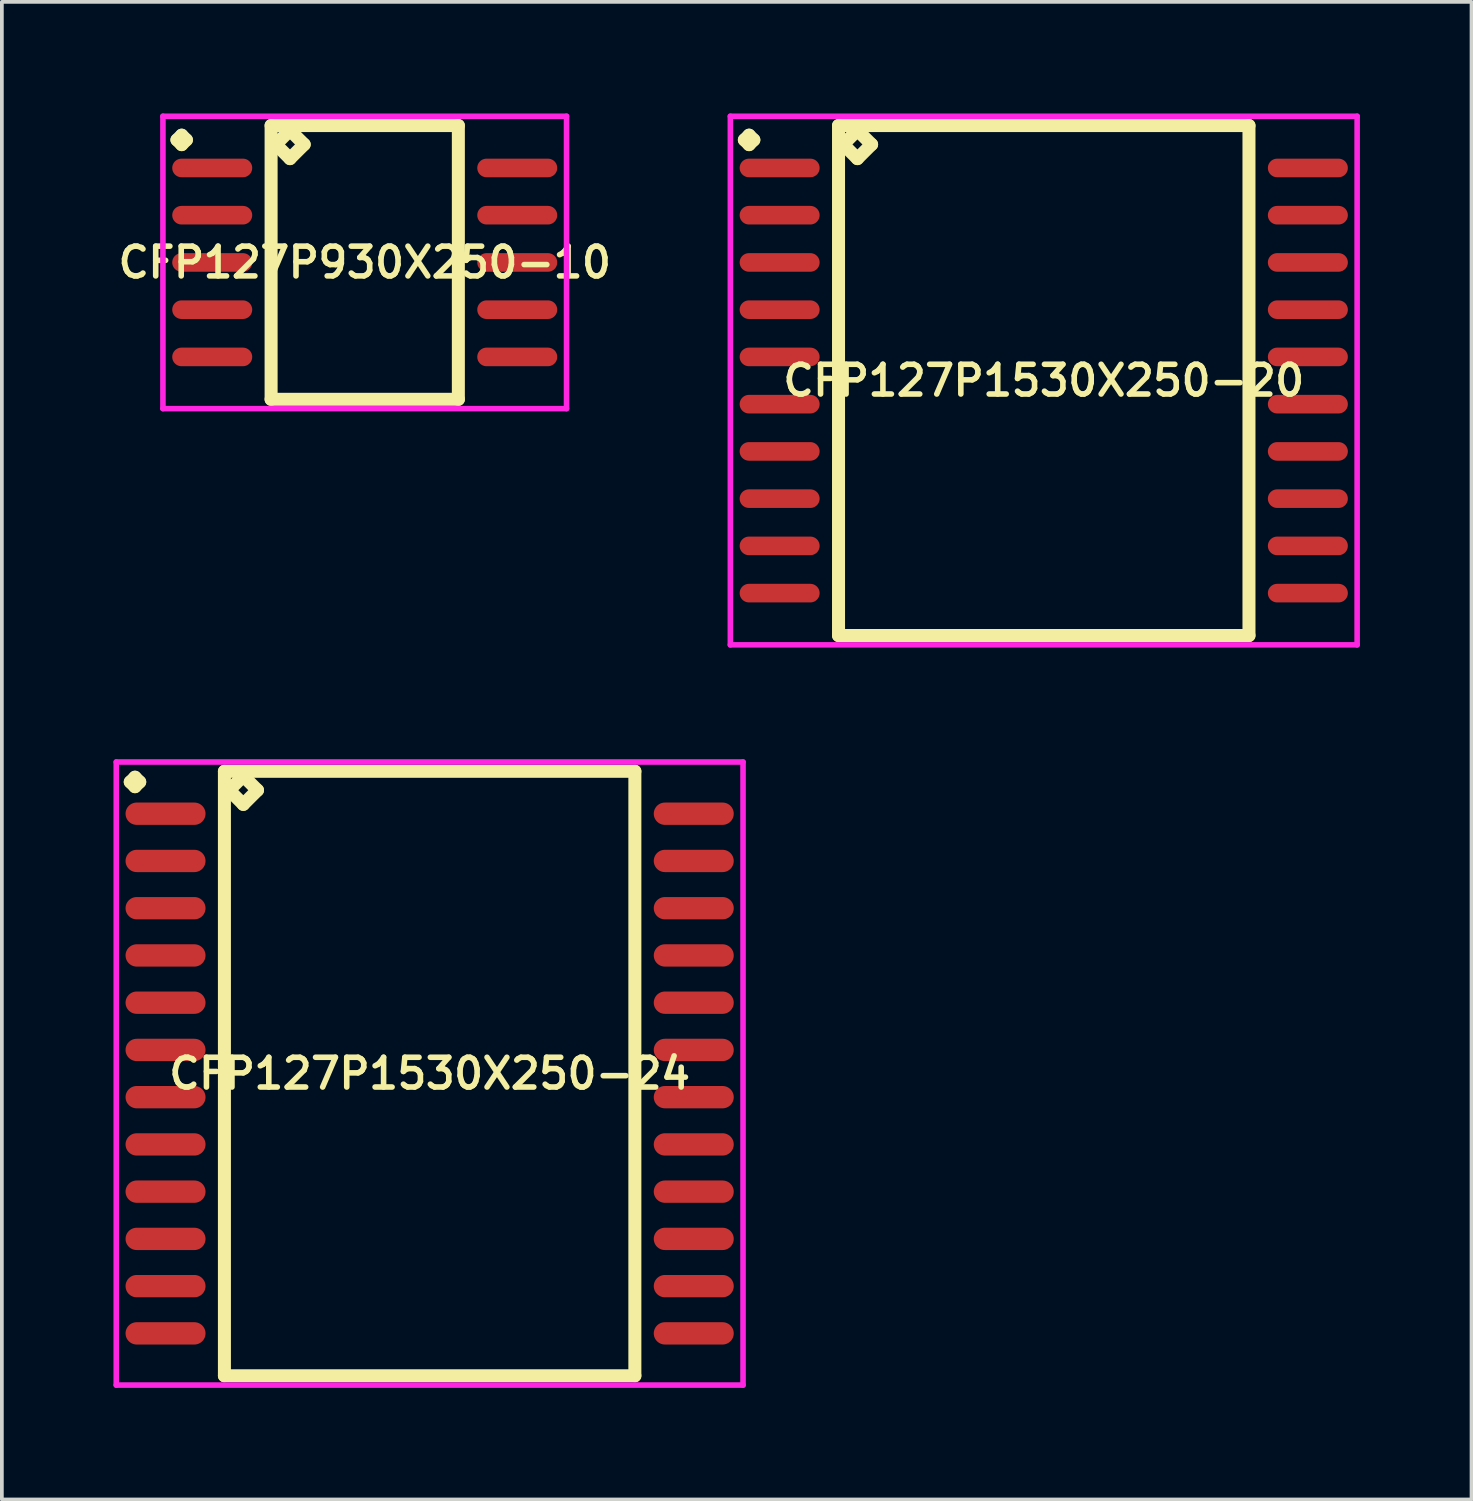
<source format=kicad_pcb>
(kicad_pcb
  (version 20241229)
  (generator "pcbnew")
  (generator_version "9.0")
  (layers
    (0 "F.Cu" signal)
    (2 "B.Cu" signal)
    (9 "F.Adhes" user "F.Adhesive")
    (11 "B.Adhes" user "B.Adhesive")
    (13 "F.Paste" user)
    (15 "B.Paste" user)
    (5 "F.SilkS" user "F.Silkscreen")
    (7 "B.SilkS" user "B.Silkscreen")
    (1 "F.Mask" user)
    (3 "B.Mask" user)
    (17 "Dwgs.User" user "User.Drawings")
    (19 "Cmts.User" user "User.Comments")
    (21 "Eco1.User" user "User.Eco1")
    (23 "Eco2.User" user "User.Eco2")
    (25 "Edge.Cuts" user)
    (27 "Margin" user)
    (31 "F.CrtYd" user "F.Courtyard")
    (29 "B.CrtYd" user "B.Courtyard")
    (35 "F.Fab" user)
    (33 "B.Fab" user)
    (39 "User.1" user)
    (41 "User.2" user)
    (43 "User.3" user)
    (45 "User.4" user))
  (footprint "CFP127P1530X250-20"
    (layer "F.Cu")
    (at 25.009 7.18)
    (property "Reference" "CFP127P1530X250-20" (at 0 0 0) (layer "F.SilkS") (effects (font (size 0.8 0.8) (thickness 0.15))))
    (attr smd)
    (fp_line (start -8.048 -6.469) (end -7.921 -6.596) (stroke (width 0.35) (type solid)) (layer "F.SilkS"))
    (fp_line (start -7.921 -6.596) (end -7.794 -6.469) (stroke (width 0.35) (type solid)) (layer "F.SilkS"))
    (fp_line (start -7.921 -6.342) (end -8.048 -6.469) (stroke (width 0.35) (type solid)) (layer "F.SilkS"))
    (fp_line (start -7.794 -6.469) (end -7.921 -6.342) (stroke (width 0.35) (type solid)) (layer "F.SilkS"))
    (fp_line (start -5.517 -6.855) (end -5.517 6.855) (stroke (width 0.35) (type solid)) (layer "F.SilkS"))
    (fp_line (start -5.517 6.855) (end 5.517 6.855) (stroke (width 0.35) (type solid)) (layer "F.SilkS"))
    (fp_line (start -5.39 -6.347) (end -5.009 -6.728) (stroke (width 0.35) (type solid)) (layer "F.SilkS"))
    (fp_line (start -5.009 -6.728) (end -4.628 -6.347) (stroke (width 0.35) (type solid)) (layer "F.SilkS"))
    (fp_line (start -5.009 -5.966) (end -5.39 -6.347) (stroke (width 0.35) (type solid)) (layer "F.SilkS"))
    (fp_line (start -4.628 -6.347) (end -5.009 -5.966) (stroke (width 0.35) (type solid)) (layer "F.SilkS"))
    (fp_line (start 5.517 -6.855) (end -5.517 -6.855) (stroke (width 0.35) (type solid)) (layer "F.SilkS"))
    (fp_line (start 5.517 6.855) (end 5.517 -6.855) (stroke (width 0.35) (type solid)) (layer "F.SilkS"))
    (fp_line (start -8.425 -7.105) (end 8.425 -7.105) (stroke (width 0.15) (type solid)) (layer "F.CrtYd"))
    (fp_line (start -8.425 7.105) (end -8.425 -7.105) (stroke (width 0.15) (type solid)) (layer "F.CrtYd"))
    (fp_line (start 8.425 -7.105) (end 8.425 7.105) (stroke (width 0.15) (type solid)) (layer "F.CrtYd"))
    (fp_line (start 8.425 7.105) (end -8.425 7.105) (stroke (width 0.15) (type solid)) (layer "F.CrtYd"))
    (pad "1" smd oval (at -7.1 -5.715) (size 2.15 0.5) (layers "F.Cu" "F.Mask" "F.Paste"))
    (pad "2" smd oval (at -7.1 -4.445) (size 2.15 0.5) (layers "F.Cu" "F.Mask" "F.Paste"))
    (pad "3" smd oval (at -7.1 -3.175) (size 2.15 0.5) (layers "F.Cu" "F.Mask" "F.Paste"))
    (pad "4" smd oval (at -7.1 -1.905) (size 2.15 0.5) (layers "F.Cu" "F.Mask" "F.Paste"))
    (pad "5" smd oval (at -7.1 -0.635) (size 2.15 0.5) (layers "F.Cu" "F.Mask" "F.Paste"))
    (pad "6" smd oval (at -7.1 0.635) (size 2.15 0.5) (layers "F.Cu" "F.Mask" "F.Paste"))
    (pad "7" smd oval (at -7.1 1.905) (size 2.15 0.5) (layers "F.Cu" "F.Mask" "F.Paste"))
    (pad "8" smd oval (at -7.1 3.175) (size 2.15 0.5) (layers "F.Cu" "F.Mask" "F.Paste"))
    (pad "9" smd oval (at -7.1 4.445) (size 2.15 0.5) (layers "F.Cu" "F.Mask" "F.Paste"))
    (pad "10" smd oval (at -7.1 5.715) (size 2.15 0.5) (layers "F.Cu" "F.Mask" "F.Paste"))
    (pad "11" smd oval (at 7.1 5.715) (size 2.15 0.5) (layers "F.Cu" "F.Mask" "F.Paste"))
    (pad "12" smd oval (at 7.1 4.445) (size 2.15 0.5) (layers "F.Cu" "F.Mask" "F.Paste"))
    (pad "13" smd oval (at 7.1 3.175) (size 2.15 0.5) (layers "F.Cu" "F.Mask" "F.Paste"))
    (pad "14" smd oval (at 7.1 1.905) (size 2.15 0.5) (layers "F.Cu" "F.Mask" "F.Paste"))
    (pad "15" smd oval (at 7.1 0.635) (size 2.15 0.5) (layers "F.Cu" "F.Mask" "F.Paste"))
    (pad "16" smd oval (at 7.1 -0.635) (size 2.15 0.5) (layers "F.Cu" "F.Mask" "F.Paste"))
    (pad "17" smd oval (at 7.1 -1.905) (size 2.15 0.5) (layers "F.Cu" "F.Mask" "F.Paste"))
    (pad "18" smd oval (at 7.1 -3.175) (size 2.15 0.5) (layers "F.Cu" "F.Mask" "F.Paste"))
    (pad "19" smd oval (at 7.1 -4.445) (size 2.15 0.5) (layers "F.Cu" "F.Mask" "F.Paste"))
    (pad "20" smd oval (at 7.1 -5.715) (size 2.15 0.5) (layers "F.Cu" "F.Mask" "F.Paste")))
  (footprint "CFP127P1530X250-24"
    (layer "F.Cu")
    (at 8.5 25.81)
    (property "Reference" "CFP127P1530X250-24" (at 0 0 0) (layer "F.SilkS") (effects (font (size 0.8 0.8) (thickness 0.15))))
    (attr smd)
    (fp_line (start -8.048 -7.839) (end -7.921 -7.966) (stroke (width 0.35) (type solid)) (layer "F.SilkS"))
    (fp_line (start -7.921 -7.966) (end -7.794 -7.839) (stroke (width 0.35) (type solid)) (layer "F.SilkS"))
    (fp_line (start -7.921 -7.712) (end -8.048 -7.839) (stroke (width 0.35) (type solid)) (layer "F.SilkS"))
    (fp_line (start -7.794 -7.839) (end -7.921 -7.712) (stroke (width 0.35) (type solid)) (layer "F.SilkS"))
    (fp_line (start -5.517 -8.125) (end -5.517 8.125) (stroke (width 0.35) (type solid)) (layer "F.SilkS"))
    (fp_line (start -5.517 8.125) (end 5.517 8.125) (stroke (width 0.35) (type solid)) (layer "F.SilkS"))
    (fp_line (start -5.39 -7.617) (end -5.009 -7.998) (stroke (width 0.35) (type solid)) (layer "F.SilkS"))
    (fp_line (start -5.009 -7.998) (end -4.628 -7.617) (stroke (width 0.35) (type solid)) (layer "F.SilkS"))
    (fp_line (start -5.009 -7.236) (end -5.39 -7.617) (stroke (width 0.35) (type solid)) (layer "F.SilkS"))
    (fp_line (start -4.628 -7.617) (end -5.009 -7.236) (stroke (width 0.35) (type solid)) (layer "F.SilkS"))
    (fp_line (start 5.517 -8.125) (end -5.517 -8.125) (stroke (width 0.35) (type solid)) (layer "F.SilkS"))
    (fp_line (start 5.517 8.125) (end 5.517 -8.125) (stroke (width 0.35) (type solid)) (layer "F.SilkS"))
    (fp_line (start -8.425 -8.375) (end 8.425 -8.375) (stroke (width 0.15) (type solid)) (layer "F.CrtYd"))
    (fp_line (start -8.425 8.375) (end -8.425 -8.375) (stroke (width 0.15) (type solid)) (layer "F.CrtYd"))
    (fp_line (start 8.425 -8.375) (end 8.425 8.375) (stroke (width 0.15) (type solid)) (layer "F.CrtYd"))
    (fp_line (start 8.425 8.375) (end -8.425 8.375) (stroke (width 0.15) (type solid)) (layer "F.CrtYd"))
    (pad "1" smd oval (at -7.1 -6.985) (size 2.15 0.6) (layers "F.Cu" "F.Mask" "F.Paste"))
    (pad "2" smd oval (at -7.1 -5.715) (size 2.15 0.6) (layers "F.Cu" "F.Mask" "F.Paste"))
    (pad "3" smd oval (at -7.1 -4.445) (size 2.15 0.6) (layers "F.Cu" "F.Mask" "F.Paste"))
    (pad "4" smd oval (at -7.1 -3.175) (size 2.15 0.6) (layers "F.Cu" "F.Mask" "F.Paste"))
    (pad "5" smd oval (at -7.1 -1.905) (size 2.15 0.6) (layers "F.Cu" "F.Mask" "F.Paste"))
    (pad "6" smd oval (at -7.1 -0.635) (size 2.15 0.6) (layers "F.Cu" "F.Mask" "F.Paste"))
    (pad "7" smd oval (at -7.1 0.635) (size 2.15 0.6) (layers "F.Cu" "F.Mask" "F.Paste"))
    (pad "8" smd oval (at -7.1 1.905) (size 2.15 0.6) (layers "F.Cu" "F.Mask" "F.Paste"))
    (pad "9" smd oval (at -7.1 3.175) (size 2.15 0.6) (layers "F.Cu" "F.Mask" "F.Paste"))
    (pad "10" smd oval (at -7.1 4.445) (size 2.15 0.6) (layers "F.Cu" "F.Mask" "F.Paste"))
    (pad "11" smd oval (at -7.1 5.715) (size 2.15 0.6) (layers "F.Cu" "F.Mask" "F.Paste"))
    (pad "12" smd oval (at -7.1 6.985) (size 2.15 0.6) (layers "F.Cu" "F.Mask" "F.Paste"))
    (pad "13" smd oval (at 7.1 6.985) (size 2.15 0.6) (layers "F.Cu" "F.Mask" "F.Paste"))
    (pad "14" smd oval (at 7.1 5.715) (size 2.15 0.6) (layers "F.Cu" "F.Mask" "F.Paste"))
    (pad "15" smd oval (at 7.1 4.445) (size 2.15 0.6) (layers "F.Cu" "F.Mask" "F.Paste"))
    (pad "16" smd oval (at 7.1 3.175) (size 2.15 0.6) (layers "F.Cu" "F.Mask" "F.Paste"))
    (pad "17" smd oval (at 7.1 1.905) (size 2.15 0.6) (layers "F.Cu" "F.Mask" "F.Paste"))
    (pad "18" smd oval (at 7.1 0.635) (size 2.15 0.6) (layers "F.Cu" "F.Mask" "F.Paste"))
    (pad "19" smd oval (at 7.1 -0.635) (size 2.15 0.6) (layers "F.Cu" "F.Mask" "F.Paste"))
    (pad "20" smd oval (at 7.1 -1.905) (size 2.15 0.6) (layers "F.Cu" "F.Mask" "F.Paste"))
    (pad "21" smd oval (at 7.1 -3.175) (size 2.15 0.6) (layers "F.Cu" "F.Mask" "F.Paste"))
    (pad "22" smd oval (at 7.1 -4.445) (size 2.15 0.6) (layers "F.Cu" "F.Mask" "F.Paste"))
    (pad "23" smd oval (at 7.1 -5.715) (size 2.15 0.6) (layers "F.Cu" "F.Mask" "F.Paste"))
    (pad "24" smd oval (at 7.1 -6.985) (size 2.15 0.6) (layers "F.Cu" "F.Mask" "F.Paste")))
  (footprint "CFP127P930X250-10"
    (layer "F.Cu")
    (at 6.755 4.005)
    (property "Reference" "CFP127P930X250-10" (at 0 0 0) (layer "F.SilkS") (effects (font (size 0.8 0.8) (thickness 0.15))))
    (attr smd)
    (fp_line (start -5.048 -3.294) (end -4.921 -3.421) (stroke (width 0.35) (type solid)) (layer "F.SilkS"))
    (fp_line (start -4.921 -3.421) (end -4.794 -3.294) (stroke (width 0.35) (type solid)) (layer "F.SilkS"))
    (fp_line (start -4.921 -3.167) (end -5.048 -3.294) (stroke (width 0.35) (type solid)) (layer "F.SilkS"))
    (fp_line (start -4.794 -3.294) (end -4.921 -3.167) (stroke (width 0.35) (type solid)) (layer "F.SilkS"))
    (fp_line (start -2.517 -3.68) (end -2.517 3.68) (stroke (width 0.35) (type solid)) (layer "F.SilkS"))
    (fp_line (start -2.517 3.68) (end 2.517 3.68) (stroke (width 0.35) (type solid)) (layer "F.SilkS"))
    (fp_line (start -2.39 -3.172) (end -2.009 -3.553) (stroke (width 0.35) (type solid)) (layer "F.SilkS"))
    (fp_line (start -2.009 -3.553) (end -1.628 -3.172) (stroke (width 0.35) (type solid)) (layer "F.SilkS"))
    (fp_line (start -2.009 -2.791) (end -2.39 -3.172) (stroke (width 0.35) (type solid)) (layer "F.SilkS"))
    (fp_line (start -1.628 -3.172) (end -2.009 -2.791) (stroke (width 0.35) (type solid)) (layer "F.SilkS"))
    (fp_line (start 2.517 -3.68) (end -2.517 -3.68) (stroke (width 0.35) (type solid)) (layer "F.SilkS"))
    (fp_line (start 2.517 3.68) (end 2.517 -3.68) (stroke (width 0.35) (type solid)) (layer "F.SilkS"))
    (fp_line (start -5.425 -3.93) (end 5.425 -3.93) (stroke (width 0.15) (type solid)) (layer "F.CrtYd"))
    (fp_line (start -5.425 3.93) (end -5.425 -3.93) (stroke (width 0.15) (type solid)) (layer "F.CrtYd"))
    (fp_line (start 5.425 -3.93) (end 5.425 3.93) (stroke (width 0.15) (type solid)) (layer "F.CrtYd"))
    (fp_line (start 5.425 3.93) (end -5.425 3.93) (stroke (width 0.15) (type solid)) (layer "F.CrtYd"))
    (pad "1" smd oval (at -4.1 -2.54) (size 2.15 0.5) (layers "F.Cu" "F.Mask" "F.Paste"))
    (pad "2" smd oval (at -4.1 -1.27) (size 2.15 0.5) (layers "F.Cu" "F.Mask" "F.Paste"))
    (pad "3" smd oval (at -4.1 0) (size 2.15 0.5) (layers "F.Cu" "F.Mask" "F.Paste"))
    (pad "4" smd oval (at -4.1 1.27) (size 2.15 0.5) (layers "F.Cu" "F.Mask" "F.Paste"))
    (pad "5" smd oval (at -4.1 2.54) (size 2.15 0.5) (layers "F.Cu" "F.Mask" "F.Paste"))
    (pad "6" smd oval (at 4.1 2.54) (size 2.15 0.5) (layers "F.Cu" "F.Mask" "F.Paste"))
    (pad "7" smd oval (at 4.1 1.27) (size 2.15 0.5) (layers "F.Cu" "F.Mask" "F.Paste"))
    (pad "8" smd oval (at 4.1 0) (size 2.15 0.5) (layers "F.Cu" "F.Mask" "F.Paste"))
    (pad "9" smd oval (at 4.1 -1.27) (size 2.15 0.5) (layers "F.Cu" "F.Mask" "F.Paste"))
    (pad "10" smd oval (at 4.1 -2.54) (size 2.15 0.5) (layers "F.Cu" "F.Mask" "F.Paste")))
  (gr_rect
    (start -3 -3)
    (end 36.509 37.26)
    (stroke (width 0.1) (type default))
    (fill no)
    (layer "Edge.Cuts")))
</source>
